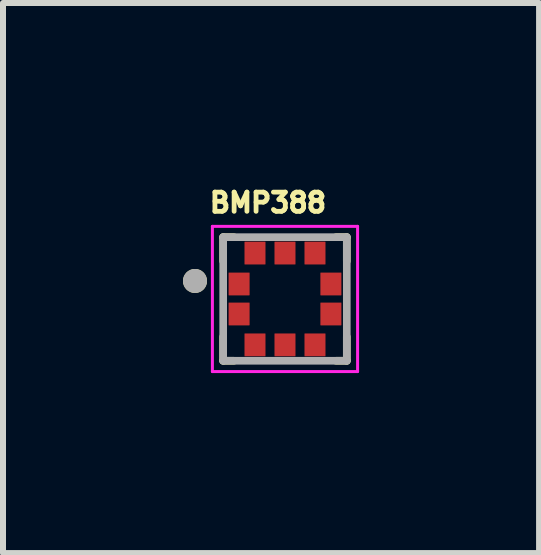
<source format=kicad_pcb>
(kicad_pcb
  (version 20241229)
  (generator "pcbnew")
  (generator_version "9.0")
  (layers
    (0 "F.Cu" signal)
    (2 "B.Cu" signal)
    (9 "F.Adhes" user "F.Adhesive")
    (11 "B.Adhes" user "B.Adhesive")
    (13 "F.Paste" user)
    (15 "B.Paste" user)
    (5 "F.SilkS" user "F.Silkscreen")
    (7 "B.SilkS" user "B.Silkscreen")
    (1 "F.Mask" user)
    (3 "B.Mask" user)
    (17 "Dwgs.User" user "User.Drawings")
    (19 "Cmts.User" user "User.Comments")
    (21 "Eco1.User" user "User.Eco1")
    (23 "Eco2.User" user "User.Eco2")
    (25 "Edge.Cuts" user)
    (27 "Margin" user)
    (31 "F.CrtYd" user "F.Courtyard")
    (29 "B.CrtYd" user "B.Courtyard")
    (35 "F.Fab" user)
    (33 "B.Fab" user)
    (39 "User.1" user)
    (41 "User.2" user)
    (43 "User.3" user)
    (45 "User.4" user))
  (footprint "BMP388"
    (layer "F.Cu")
    (at 1.7 1.933)
    (property "Reference" "BMP388" (at -0.284 -1.605 0) (layer "F.SilkS") (effects (font (size 0.32 0.32) (thickness 0.15))))
    (attr smd)
    (fp_line (start -1.03 -1.03) (end -0.85 -1.03) (stroke (width 0.127) (type solid)) (layer "F.SilkS"))
    (fp_line (start -1.03 -0.63) (end -1.03 -1.03) (stroke (width 0.127) (type solid)) (layer "F.SilkS"))
    (fp_line (start -1.03 1.03) (end -1.03 0.63) (stroke (width 0.127) (type solid)) (layer "F.SilkS"))
    (fp_line (start -0.85 1.03) (end -1.03 1.03) (stroke (width 0.127) (type solid)) (layer "F.SilkS"))
    (fp_line (start 0.85 -1.03) (end 1.03 -1.03) (stroke (width 0.127) (type solid)) (layer "F.SilkS"))
    (fp_line (start 0.85 1.03) (end 1.03 1.03) (stroke (width 0.127) (type solid)) (layer "F.SilkS"))
    (fp_line (start 1.03 -1.03) (end 1.03 -0.63) (stroke (width 0.127) (type solid)) (layer "F.SilkS"))
    (fp_line (start 1.03 1.03) (end 1.03 0.63) (stroke (width 0.127) (type solid)) (layer "F.SilkS"))
    (fp_circle (center -1.5 -0.3) (end -1.4 -0.3) (stroke (width 0.2) (type solid)) (fill no) (layer "F.SilkS"))
    (fp_line (start -1.21 -1.21) (end 1.21 -1.21) (stroke (width 0.05) (type solid)) (layer "F.CrtYd"))
    (fp_line (start -1.21 1.21) (end -1.21 -1.21) (stroke (width 0.05) (type solid)) (layer "F.CrtYd"))
    (fp_line (start 1.21 -1.21) (end 1.21 1.21) (stroke (width 0.05) (type solid)) (layer "F.CrtYd"))
    (fp_line (start 1.21 1.21) (end -1.21 1.21) (stroke (width 0.05) (type solid)) (layer "F.CrtYd"))
    (fp_line (start -1.03 -1.03) (end 1.03 -1.03) (stroke (width 0.127) (type solid)) (layer "F.Fab"))
    (fp_line (start -1.03 1.03) (end -1.03 -1.03) (stroke (width 0.127) (type solid)) (layer "F.Fab"))
    (fp_line (start 1.03 -1.03) (end 1.03 1.03) (stroke (width 0.127) (type solid)) (layer "F.Fab"))
    (fp_line (start 1.03 1.03) (end -1.03 1.03) (stroke (width 0.127) (type solid)) (layer "F.Fab"))
    (fp_circle (center -1.5 -0.3) (end -1.4 -0.3) (stroke (width 0.2) (type solid)) (fill no) (layer "F.Fab"))
    (pad "1" smd roundrect (at -0.765 -0.25 90) (size 0.38 0.35) (layers "F.Cu" "F.Mask" "F.Paste") (roundrect_rratio 0.02))
    (pad "2" smd roundrect (at -0.765 0.25 90) (size 0.38 0.35) (layers "F.Cu" "F.Mask" "F.Paste") (roundrect_rratio 0.02))
    (pad "3" smd roundrect (at -0.5 0.765 90) (size 0.38 0.35) (layers "F.Cu" "F.Mask" "F.Paste") (roundrect_rratio 0.02))
    (pad "4" smd roundrect (at 0 0.765 90) (size 0.38 0.35) (layers "F.Cu" "F.Mask" "F.Paste") (roundrect_rratio 0.02))
    (pad "5" smd roundrect (at 0.5 0.765 90) (size 0.38 0.35) (layers "F.Cu" "F.Mask" "F.Paste") (roundrect_rratio 0.02))
    (pad "6" smd roundrect (at 0.765 0.25 90) (size 0.38 0.35) (layers "F.Cu" "F.Mask" "F.Paste") (roundrect_rratio 0.02))
    (pad "7" smd roundrect (at 0.765 -0.25 90) (size 0.38 0.35) (layers "F.Cu" "F.Mask" "F.Paste") (roundrect_rratio 0.02))
    (pad "8" smd roundrect (at 0.5 -0.765 90) (size 0.38 0.35) (layers "F.Cu" "F.Mask" "F.Paste") (roundrect_rratio 0.02))
    (pad "9" smd roundrect (at 0 -0.765 90) (size 0.38 0.35) (layers "F.Cu" "F.Mask" "F.Paste") (roundrect_rratio 0.02))
    (pad "10" smd roundrect (at -0.5 -0.765 90) (size 0.38 0.35) (layers "F.Cu" "F.Mask" "F.Paste") (roundrect_rratio 0.02)))
  (gr_rect
    (start -3 -3)
    (end 5.935 6.168)
    (stroke (width 0.1) (type default))
    (fill no)
    (layer "Edge.Cuts")))
</source>
